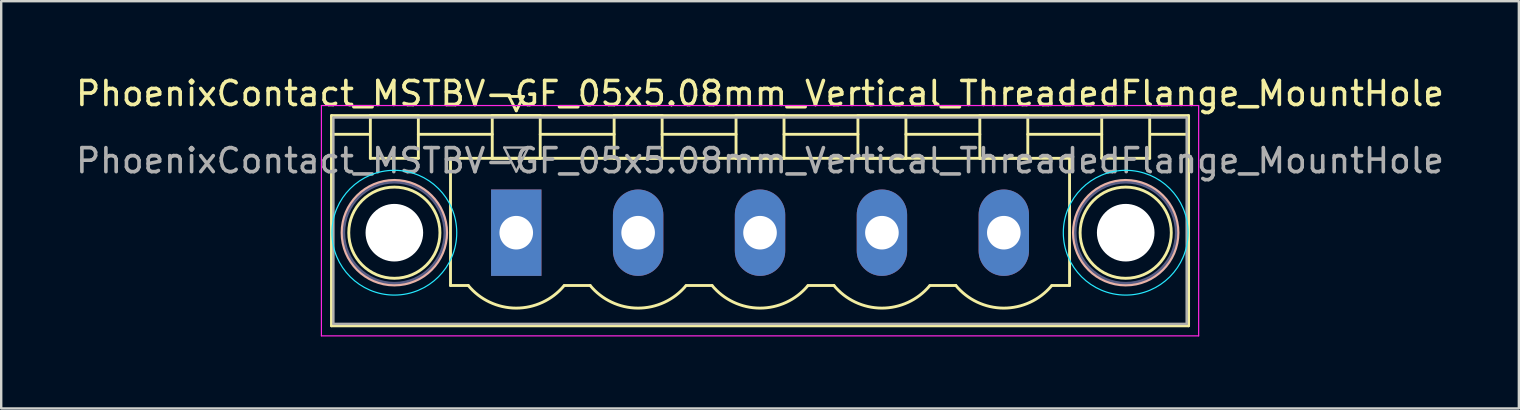
<source format=kicad_pcb>
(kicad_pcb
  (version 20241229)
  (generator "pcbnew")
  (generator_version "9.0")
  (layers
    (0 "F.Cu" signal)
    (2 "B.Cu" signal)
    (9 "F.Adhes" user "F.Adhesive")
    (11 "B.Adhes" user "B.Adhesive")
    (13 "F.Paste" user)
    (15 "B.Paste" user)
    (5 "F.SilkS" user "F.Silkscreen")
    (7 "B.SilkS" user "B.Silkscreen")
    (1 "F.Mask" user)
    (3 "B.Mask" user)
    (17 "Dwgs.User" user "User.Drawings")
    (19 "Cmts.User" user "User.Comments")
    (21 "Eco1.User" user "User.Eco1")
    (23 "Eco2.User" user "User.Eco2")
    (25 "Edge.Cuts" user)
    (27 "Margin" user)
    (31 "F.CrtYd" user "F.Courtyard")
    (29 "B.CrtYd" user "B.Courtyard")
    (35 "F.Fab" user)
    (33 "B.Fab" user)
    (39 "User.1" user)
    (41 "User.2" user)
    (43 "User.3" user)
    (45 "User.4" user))
  (footprint "PhoenixContact_MSTBV-GF_05x5.08mm_Vertical_ThreadedFlange_MountHole"
    (layer "F.Cu")
    (at 18.465 6.648)
    (property "Reference" "PhoenixContact_MSTBV-GF_05x5.08mm_Vertical_ThreadedFlange_MountHole" (at 10.16 -5.8 0) (layer "F.SilkS") (effects (font (size 1 1) (thickness 0.15))))
    (attr through_hole)
    (fp_line (start -7.7 -4.88) (end -7.7 3.88) (stroke (width 0.12) (type solid)) (layer "F.SilkS"))
    (fp_line (start -7.7 -4.1) (end -6.16 -4.1) (stroke (width 0.12) (type solid)) (layer "F.SilkS"))
    (fp_line (start -7.7 3.88) (end 28.02 3.88) (stroke (width 0.12) (type solid)) (layer "F.SilkS"))
    (fp_line (start -6.08 -4.88) (end -4.08 -4.88) (stroke (width 0.12) (type solid)) (layer "F.SilkS"))
    (fp_line (start -6.08 -3.1) (end -6.08 -4.88) (stroke (width 0.12) (type solid)) (layer "F.SilkS"))
    (fp_line (start -4.08 -4.88) (end -4.08 -3.1) (stroke (width 0.12) (type solid)) (layer "F.SilkS"))
    (fp_line (start -4.08 -4.1) (end -1 -4.1) (stroke (width 0.12) (type solid)) (layer "F.SilkS"))
    (fp_line (start -4.08 -3.1) (end -6.08 -3.1) (stroke (width 0.12) (type solid)) (layer "F.SilkS"))
    (fp_line (start -2.74 -3.1) (end 23.06 -3.1) (stroke (width 0.12) (type solid)) (layer "F.SilkS"))
    (fp_line (start -2.74 2.2) (end -2.74 -3.1) (stroke (width 0.12) (type solid)) (layer "F.SilkS"))
    (fp_line (start -2 2.2) (end -2.74 2.2) (stroke (width 0.12) (type solid)) (layer "F.SilkS"))
    (fp_line (start -1 -4.88) (end 1 -4.88) (stroke (width 0.12) (type solid)) (layer "F.SilkS"))
    (fp_line (start -1 -3.1) (end -1 -4.88) (stroke (width 0.12) (type solid)) (layer "F.SilkS"))
    (fp_line (start -0.3 -5.68) (end 0.3 -5.68) (stroke (width 0.12) (type solid)) (layer "F.SilkS"))
    (fp_line (start 0 -5.08) (end -0.3 -5.68) (stroke (width 0.12) (type solid)) (layer "F.SilkS"))
    (fp_line (start 0.3 -5.68) (end 0 -5.08) (stroke (width 0.12) (type solid)) (layer "F.SilkS"))
    (fp_line (start 1 -4.88) (end 1 -3.1) (stroke (width 0.12) (type solid)) (layer "F.SilkS"))
    (fp_line (start 1 -4.1) (end 4.08 -4.1) (stroke (width 0.12) (type solid)) (layer "F.SilkS"))
    (fp_line (start 1 -3.1) (end -1 -3.1) (stroke (width 0.12) (type solid)) (layer "F.SilkS"))
    (fp_line (start 2 2.2) (end 3.08 2.2) (stroke (width 0.12) (type solid)) (layer "F.SilkS"))
    (fp_line (start 4.08 -4.88) (end 6.08 -4.88) (stroke (width 0.12) (type solid)) (layer "F.SilkS"))
    (fp_line (start 4.08 -3.1) (end 4.08 -4.88) (stroke (width 0.12) (type solid)) (layer "F.SilkS"))
    (fp_line (start 6.08 -4.88) (end 6.08 -3.1) (stroke (width 0.12) (type solid)) (layer "F.SilkS"))
    (fp_line (start 6.08 -4.1) (end 9.16 -4.1) (stroke (width 0.12) (type solid)) (layer "F.SilkS"))
    (fp_line (start 6.08 -3.1) (end 4.08 -3.1) (stroke (width 0.12) (type solid)) (layer "F.SilkS"))
    (fp_line (start 7.08 2.2) (end 8.16 2.2) (stroke (width 0.12) (type solid)) (layer "F.SilkS"))
    (fp_line (start 9.16 -4.88) (end 11.16 -4.88) (stroke (width 0.12) (type solid)) (layer "F.SilkS"))
    (fp_line (start 9.16 -3.1) (end 9.16 -4.88) (stroke (width 0.12) (type solid)) (layer "F.SilkS"))
    (fp_line (start 11.16 -4.88) (end 11.16 -3.1) (stroke (width 0.12) (type solid)) (layer "F.SilkS"))
    (fp_line (start 11.16 -4.1) (end 14.24 -4.1) (stroke (width 0.12) (type solid)) (layer "F.SilkS"))
    (fp_line (start 11.16 -3.1) (end 9.16 -3.1) (stroke (width 0.12) (type solid)) (layer "F.SilkS"))
    (fp_line (start 12.16 2.2) (end 13.24 2.2) (stroke (width 0.12) (type solid)) (layer "F.SilkS"))
    (fp_line (start 14.24 -4.88) (end 16.24 -4.88) (stroke (width 0.12) (type solid)) (layer "F.SilkS"))
    (fp_line (start 14.24 -3.1) (end 14.24 -4.88) (stroke (width 0.12) (type solid)) (layer "F.SilkS"))
    (fp_line (start 16.24 -4.88) (end 16.24 -3.1) (stroke (width 0.12) (type solid)) (layer "F.SilkS"))
    (fp_line (start 16.24 -4.1) (end 19.32 -4.1) (stroke (width 0.12) (type solid)) (layer "F.SilkS"))
    (fp_line (start 16.24 -3.1) (end 14.24 -3.1) (stroke (width 0.12) (type solid)) (layer "F.SilkS"))
    (fp_line (start 17.24 2.2) (end 18.32 2.2) (stroke (width 0.12) (type solid)) (layer "F.SilkS"))
    (fp_line (start 19.32 -4.88) (end 21.32 -4.88) (stroke (width 0.12) (type solid)) (layer "F.SilkS"))
    (fp_line (start 19.32 -3.1) (end 19.32 -4.88) (stroke (width 0.12) (type solid)) (layer "F.SilkS"))
    (fp_line (start 21.32 -4.88) (end 21.32 -3.1) (stroke (width 0.12) (type solid)) (layer "F.SilkS"))
    (fp_line (start 21.32 -4.1) (end 24.4 -4.1) (stroke (width 0.12) (type solid)) (layer "F.SilkS"))
    (fp_line (start 21.32 -3.1) (end 19.32 -3.1) (stroke (width 0.12) (type solid)) (layer "F.SilkS"))
    (fp_line (start 23.06 -3.1) (end 23.06 2.2) (stroke (width 0.12) (type solid)) (layer "F.SilkS"))
    (fp_line (start 23.06 2.2) (end 22.32 2.2) (stroke (width 0.12) (type solid)) (layer "F.SilkS"))
    (fp_line (start 24.4 -4.88) (end 26.4 -4.88) (stroke (width 0.12) (type solid)) (layer "F.SilkS"))
    (fp_line (start 24.4 -3.1) (end 24.4 -4.88) (stroke (width 0.12) (type solid)) (layer "F.SilkS"))
    (fp_line (start 26.4 -4.88) (end 26.4 -3.1) (stroke (width 0.12) (type solid)) (layer "F.SilkS"))
    (fp_line (start 26.4 -3.1) (end 24.4 -3.1) (stroke (width 0.12) (type solid)) (layer "F.SilkS"))
    (fp_line (start 28.02 -4.88) (end -7.7 -4.88) (stroke (width 0.12) (type solid)) (layer "F.SilkS"))
    (fp_line (start 28.02 -4.1) (end 26.48 -4.1) (stroke (width 0.12) (type solid)) (layer "F.SilkS"))
    (fp_line (start 28.02 3.88) (end 28.02 -4.88) (stroke (width 0.12) (type solid)) (layer "F.SilkS"))
    (fp_arc (start 1.986842 2.215821) (mid -0.010289 3.142758) (end -2 2.2) (stroke (width 0.12) (type solid)) (layer "F.SilkS"))
    (fp_arc (start 7.066842 2.215821) (mid 5.069711 3.142758) (end 3.08 2.2) (stroke (width 0.12) (type solid)) (layer "F.SilkS"))
    (fp_arc (start 12.146842 2.215821) (mid 10.149711 3.142758) (end 8.16 2.2) (stroke (width 0.12) (type solid)) (layer "F.SilkS"))
    (fp_arc (start 17.226842 2.215821) (mid 15.229711 3.142758) (end 13.24 2.2) (stroke (width 0.12) (type solid)) (layer "F.SilkS"))
    (fp_arc (start 22.306842 2.215821) (mid 20.309711 3.142758) (end 18.32 2.2) (stroke (width 0.12) (type solid)) (layer "F.SilkS"))
    (fp_circle (center -5.08 0) (end -3.18 0) (stroke (width 0.12) (type solid)) (fill no) (layer "F.SilkS"))
    (fp_circle (center 25.4 0) (end 27.3 0) (stroke (width 0.12) (type solid)) (fill no) (layer "F.SilkS"))
    (fp_circle (center -5.08 0) (end -2.9 0) (stroke (width 0.12) (type solid)) (fill no) (layer "B.SilkS"))
    (fp_circle (center 25.4 0) (end 27.58 0) (stroke (width 0.12) (type solid)) (fill no) (layer "B.SilkS"))
    (fp_circle (center -5.08 0) (end -2.48 0) (stroke (width 0.05) (type solid)) (fill no) (layer "B.CrtYd"))
    (fp_circle (center 25.4 0) (end 28 0) (stroke (width 0.05) (type solid)) (fill no) (layer "B.CrtYd"))
    (fp_line (start -8.12 -5.3) (end -8.12 4.3) (stroke (width 0.05) (type solid)) (layer "F.CrtYd"))
    (fp_line (start -8.12 4.3) (end 28.44 4.3) (stroke (width 0.05) (type solid)) (layer "F.CrtYd"))
    (fp_line (start 28.44 -5.3) (end -8.12 -5.3) (stroke (width 0.05) (type solid)) (layer "F.CrtYd"))
    (fp_line (start 28.44 4.3) (end 28.44 -5.3) (stroke (width 0.05) (type solid)) (layer "F.CrtYd"))
    (fp_circle (center -5.08 0) (end -2.98 0) (stroke (width 0.1) (type solid)) (fill no) (layer "B.Fab"))
    (fp_circle (center 25.4 0) (end 27.5 0) (stroke (width 0.1) (type solid)) (fill no) (layer "B.Fab"))
    (fp_line (start -7.62 -4.8) (end -7.62 3.8) (stroke (width 0.1) (type solid)) (layer "F.Fab"))
    (fp_line (start -7.62 3.8) (end 27.94 3.8) (stroke (width 0.1) (type solid)) (layer "F.Fab"))
    (fp_line (start -0.5 -3.55) (end 0.5 -3.55) (stroke (width 0.1) (type solid)) (layer "F.Fab"))
    (fp_line (start 0 -2.55) (end -0.5 -3.55) (stroke (width 0.1) (type solid)) (layer "F.Fab"))
    (fp_line (start 0.5 -3.55) (end 0 -2.55) (stroke (width 0.1) (type solid)) (layer "F.Fab"))
    (fp_line (start 27.94 -4.8) (end -7.62 -4.8) (stroke (width 0.1) (type solid)) (layer "F.Fab"))
    (fp_line (start 27.94 3.8) (end 27.94 -4.8) (stroke (width 0.1) (type solid)) (layer "F.Fab"))
    (fp_text user "${REFERENCE}" (at 10.16 -3 0) (layer "F.Fab") (effects (font (size 1 1) (thickness 0.15))))
    (pad "" np_thru_hole circle (at -5.08 0) (size 2.4 2.4) (drill 2.4) (layers "*.Cu" "*.Mask"))
    (pad "" np_thru_hole circle (at 25.4 0) (size 2.4 2.4) (drill 2.4) (layers "*.Cu" "*.Mask"))
    (pad "1" thru_hole rect (at 0 0) (size 2.1 3.6) (drill 1.4) (layers "*.Cu" "*.Mask"))
    (pad "2" thru_hole oval (at 5.08 0) (size 2.1 3.6) (drill 1.4) (layers "*.Cu" "*.Mask"))
    (pad "3" thru_hole oval (at 10.16 0) (size 2.1 3.6) (drill 1.4) (layers "*.Cu" "*.Mask"))
    (pad "4" thru_hole oval (at 15.24 0) (size 2.1 3.6) (drill 1.4) (layers "*.Cu" "*.Mask"))
    (pad "5" thru_hole oval (at 20.32 0) (size 2.1 3.6) (drill 1.4) (layers "*.Cu" "*.Mask")))
  (gr_rect
    (start -3 -3)
    (end 60.25 13.973)
    (stroke (width 0.1) (type default))
    (fill no)
    (layer "Edge.Cuts")))
</source>
